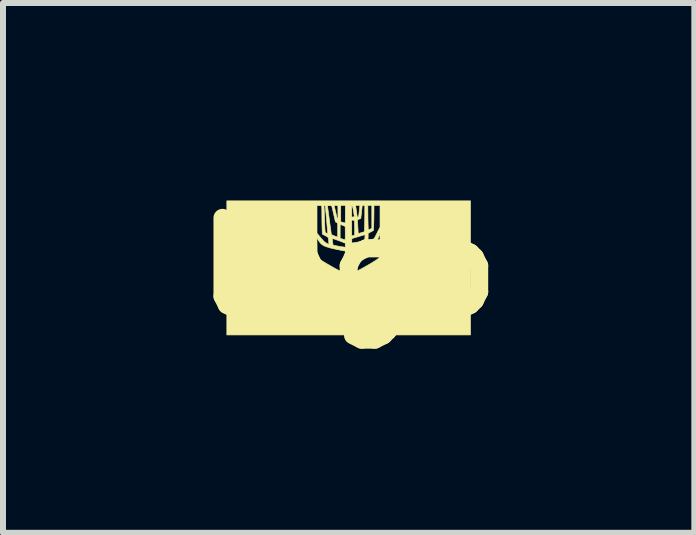
<source format=kicad_pcb>
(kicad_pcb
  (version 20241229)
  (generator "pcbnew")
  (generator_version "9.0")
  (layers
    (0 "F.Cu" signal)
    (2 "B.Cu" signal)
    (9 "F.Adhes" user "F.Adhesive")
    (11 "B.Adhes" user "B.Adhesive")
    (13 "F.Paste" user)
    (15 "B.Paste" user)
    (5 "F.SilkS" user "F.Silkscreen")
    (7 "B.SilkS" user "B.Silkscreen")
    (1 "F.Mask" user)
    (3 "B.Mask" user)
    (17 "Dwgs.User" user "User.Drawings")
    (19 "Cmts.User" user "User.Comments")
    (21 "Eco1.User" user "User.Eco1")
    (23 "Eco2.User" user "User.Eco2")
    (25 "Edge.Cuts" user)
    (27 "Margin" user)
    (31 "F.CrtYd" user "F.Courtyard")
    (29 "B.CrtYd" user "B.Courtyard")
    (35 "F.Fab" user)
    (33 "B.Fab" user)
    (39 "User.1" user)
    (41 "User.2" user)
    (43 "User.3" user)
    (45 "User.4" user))
  (footprint "logo"
    (layer "F.Cu")
    (at 2.765 1.418)
    (property "Reference" "logo" (at 0 0 0) (layer "F.SilkS") (effects (font (size 1.524 1.524) (thickness 0.3))))
    (attr through_hole)
    (fp_poly (pts (xy 2.032 1.118) (xy -2.032 1.118) (xy -2.032 -0.5) (xy -0.529 -0.5) (xy -0.527 -0.351) (xy -0.527 -0.308) (xy -0.526 -0.274) (xy -0.526 -0.247) (xy -0.525 -0.227) (xy -0.524 -0.213) (xy -0.522 -0.202) (xy -0.52 -0.194) (xy -0.518 -0.187) (xy -0.514 -0.18) (xy -0.513 -0.178) (xy -0.498 -0.158) (xy -0.476 -0.139) (xy -0.467 -0.133) (xy -0.442 -0.117) (xy -0.409 -0.097) (xy -0.372 -0.074) (xy -0.331 -0.051) (xy -0.29 -0.027) (xy -0.25 -0.004) (xy -0.212 0.016) (xy -0.18 0.033) (xy -0.17 0.038) (xy -0.144 0.052) (xy -0.12 0.064) (xy -0.1 0.075) (xy -0.085 0.083) (xy -0.081 0.085) (xy -0.069 0.092) (xy -0.061 0.096) (xy -0.06 0.097) (xy -0.059 0.092) (xy -0.058 0.078) (xy -0.057 0.056) (xy -0.057 0.027) (xy -0.056 -0.007) (xy -0.056 -0.046) (xy -0.056 -0.088) (xy -0.056 -0.091) (xy -0.056 -0.134) (xy 0.051 -0.134) (xy 0.051 -0.087) (xy 0.051 -0.043) (xy 0.051 -0.003) (xy 0.052 0.031) (xy 0.053 0.059) (xy 0.053 0.08) (xy 0.054 0.092) (xy 0.055 0.096) (xy 0.06 0.093) (xy 0.073 0.086) (xy 0.092 0.077) (xy 0.116 0.065) (xy 0.137 0.054) (xy 0.176 0.034) (xy 0.217 0.012) (xy 0.259 -0.011) (xy 0.3 -0.035) (xy 0.341 -0.058) (xy 0.38 -0.081) (xy 0.415 -0.103) (xy 0.445 -0.122) (xy 0.47 -0.138) (xy 0.487 -0.151) (xy 0.497 -0.159) (xy 0.503 -0.166) (xy 0.509 -0.174) (xy 0.513 -0.184) (xy 0.516 -0.196) (xy 0.519 -0.212) (xy 0.521 -0.232) (xy 0.522 -0.258) (xy 0.523 -0.29) (xy 0.523 -0.331) (xy 0.523 -0.38) (xy 0.523 -0.398) (xy 0.522 -0.582) (xy 0.508 -0.537) (xy 0.496 -0.504) (xy 0.484 -0.48) (xy 0.471 -0.462) (xy 0.456 -0.45) (xy 0.452 -0.448) (xy 0.441 -0.443) (xy 0.422 -0.437) (xy 0.398 -0.431) (xy 0.37 -0.424) (xy 0.361 -0.422) (xy 0.34 -0.418) (xy 0.313 -0.413) (xy 0.282 -0.407) (xy 0.249 -0.4) (xy 0.213 -0.394) (xy 0.178 -0.387) (xy 0.145 -0.381) (xy 0.114 -0.376) (xy 0.089 -0.371) (xy 0.069 -0.368) (xy 0.057 -0.366) (xy 0.055 -0.366) (xy 0.054 -0.361) (xy 0.053 -0.347) (xy 0.052 -0.325) (xy 0.052 -0.295) (xy 0.051 -0.26) (xy 0.051 -0.219) (xy 0.051 -0.174) (xy 0.051 -0.134) (xy -0.056 -0.134) (xy -0.056 -0.279) (xy -0.067 -0.282) (xy -0.076 -0.283) (xy -0.092 -0.287) (xy -0.115 -0.291) (xy -0.143 -0.297) (xy -0.175 -0.303) (xy -0.182 -0.305) (xy -0.244 -0.318) (xy -0.297 -0.33) (xy -0.341 -0.343) (xy -0.378 -0.355) (xy -0.408 -0.367) (xy -0.433 -0.381) (xy -0.452 -0.395) (xy -0.463 -0.405) (xy -0.475 -0.418) (xy -0.489 -0.437) (xy -0.503 -0.458) (xy -0.505 -0.462) (xy -0.529 -0.5) (xy -2.032 -0.5) (xy -2.032 -1.041) (xy -0.528 -1.041) (xy -0.528 -0.579) (xy -0.477 -0.517) (xy -0.458 -0.494) (xy -0.44 -0.474) (xy -0.425 -0.456) (xy -0.413 -0.444) (xy -0.41 -0.44) (xy -0.4 -0.433) (xy -0.386 -0.423) (xy -0.37 -0.413) (xy -0.354 -0.403) (xy -0.34 -0.395) (xy -0.332 -0.391) (xy -0.331 -0.391) (xy -0.331 -0.396) (xy -0.331 -0.409) (xy -0.332 -0.427) (xy -0.333 -0.441) (xy -0.334 -0.463) (xy -0.336 -0.483) (xy -0.336 -0.486) (xy -0.273 -0.486) (xy -0.272 -0.473) (xy -0.27 -0.455) (xy -0.268 -0.434) (xy -0.265 -0.414) (xy -0.263 -0.397) (xy -0.261 -0.385) (xy -0.259 -0.382) (xy -0.254 -0.38) (xy -0.24 -0.376) (xy -0.221 -0.372) (xy -0.196 -0.367) (xy -0.169 -0.362) (xy -0.142 -0.358) (xy -0.116 -0.353) (xy -0.093 -0.35) (xy -0.075 -0.347) (xy -0.065 -0.346) (xy -0.06 -0.347) (xy -0.057 -0.351) (xy -0.056 -0.362) (xy -0.057 -0.38) (xy -0.058 -0.414) (xy -0.111 -0.434) (xy 0.051 -0.434) (xy 0.052 -0.423) (xy 0.055 -0.418) (xy 0.059 -0.417) (xy 0.06 -0.417) (xy 0.067 -0.417) (xy 0.083 -0.42) (xy 0.106 -0.423) (xy 0.134 -0.428) (xy 0.164 -0.433) (xy 0.167 -0.434) (xy 0.197 -0.439) (xy 0.224 -0.444) (xy 0.245 -0.448) (xy 0.26 -0.451) (xy 0.266 -0.453) (xy 0.266 -0.453) (xy 0.268 -0.459) (xy 0.269 -0.467) (xy 0.32 -0.467) (xy 0.321 -0.462) (xy 0.321 -0.462) (xy 0.326 -0.463) (xy 0.34 -0.466) (xy 0.358 -0.47) (xy 0.371 -0.473) (xy 0.392 -0.477) (xy 0.409 -0.482) (xy 0.42 -0.485) (xy 0.423 -0.486) (xy 0.426 -0.491) (xy 0.433 -0.504) (xy 0.444 -0.523) (xy 0.456 -0.547) (xy 0.47 -0.575) (xy 0.475 -0.585) (xy 0.523 -0.681) (xy 0.523 -1.041) (xy 0.422 -1.041) (xy 0.422 -0.925) (xy 0.421 -0.884) (xy 0.421 -0.84) (xy 0.42 -0.795) (xy 0.419 -0.753) (xy 0.418 -0.718) (xy 0.418 -0.717) (xy 0.415 -0.625) (xy 0.37 -0.601) (xy 0.325 -0.577) (xy 0.325 -0.535) (xy 0.325 -0.514) (xy 0.324 -0.494) (xy 0.322 -0.48) (xy 0.322 -0.478) (xy 0.32 -0.467) (xy 0.269 -0.467) (xy 0.269 -0.472) (xy 0.27 -0.49) (xy 0.271 -0.509) (xy 0.272 -0.528) (xy 0.272 -0.543) (xy 0.271 -0.552) (xy 0.271 -0.554) (xy 0.265 -0.552) (xy 0.251 -0.548) (xy 0.23 -0.542) (xy 0.204 -0.534) (xy 0.174 -0.525) (xy 0.16 -0.521) (xy 0.053 -0.489) (xy 0.052 -0.453) (xy 0.051 -0.434) (xy -0.111 -0.434) (xy -0.164 -0.454) (xy -0.195 -0.465) (xy -0.222 -0.475) (xy -0.245 -0.483) (xy -0.262 -0.489) (xy -0.271 -0.491) (xy -0.272 -0.492) (xy -0.273 -0.486) (xy -0.336 -0.486) (xy -0.337 -0.496) (xy -0.338 -0.5) (xy -0.344 -0.508) (xy -0.358 -0.519) (xy -0.382 -0.533) (xy -0.39 -0.537) (xy -0.44 -0.564) (xy -0.444 -0.679) (xy -0.445 -0.722) (xy -0.446 -0.771) (xy -0.446 -0.821) (xy -0.447 -0.869) (xy -0.447 -0.906) (xy -0.447 -0.94) (xy -0.448 -0.97) (xy -0.448 -0.996) (xy -0.449 -1.016) (xy -0.45 -1.028) (xy -0.45 -1.03) (xy -0.411 -1.03) (xy -0.41 -1.015) (xy -0.409 -0.999) (xy -0.409 -0.984) (xy -0.407 -0.96) (xy -0.406 -0.929) (xy -0.405 -0.893) (xy -0.403 -0.853) (xy -0.402 -0.811) (xy -0.401 -0.795) (xy -0.4 -0.744) (xy -0.398 -0.702) (xy -0.397 -0.669) (xy -0.395 -0.643) (xy -0.394 -0.623) (xy -0.392 -0.608) (xy -0.39 -0.598) (xy -0.387 -0.591) (xy -0.384 -0.587) (xy -0.38 -0.584) (xy -0.375 -0.582) (xy -0.374 -0.581) (xy -0.36 -0.576) (xy -0.353 -0.575) (xy -0.351 -0.58) (xy -0.351 -0.585) (xy -0.351 -0.593) (xy -0.352 -0.61) (xy -0.354 -0.634) (xy -0.357 -0.664) (xy -0.36 -0.699) (xy -0.363 -0.738) (xy -0.367 -0.778) (xy -0.37 -0.82) (xy -0.374 -0.86) (xy -0.377 -0.899) (xy -0.381 -0.935) (xy -0.384 -0.967) (xy -0.386 -0.992) (xy -0.388 -1.01) (xy -0.389 -1.02) (xy -0.392 -1.034) (xy -0.395 -1.039) (xy -0.354 -1.039) (xy -0.322 -0.805) (xy -0.316 -0.757) (xy -0.31 -0.712) (xy -0.304 -0.671) (xy -0.299 -0.635) (xy -0.295 -0.605) (xy -0.292 -0.582) (xy -0.29 -0.567) (xy -0.289 -0.562) (xy -0.285 -0.556) (xy -0.274 -0.549) (xy -0.255 -0.54) (xy -0.236 -0.533) (xy -0.215 -0.525) (xy -0.198 -0.519) (xy -0.187 -0.515) (xy -0.184 -0.513) (xy -0.184 -0.518) (xy -0.183 -0.532) (xy -0.183 -0.552) (xy -0.183 -0.579) (xy -0.183 -0.61) (xy -0.142 -0.61) (xy -0.142 -0.493) (xy -0.103 -0.481) (xy -0.084 -0.475) (xy -0.069 -0.47) (xy -0.061 -0.468) (xy -0.06 -0.468) (xy -0.059 -0.473) (xy -0.058 -0.486) (xy -0.057 -0.507) (xy -0.057 -0.533) (xy -0.057 -0.534) (xy 0.051 -0.534) (xy 0.072 -0.539) (xy 0.086 -0.543) (xy 0.096 -0.546) (xy 0.098 -0.547) (xy 0.099 -0.553) (xy 0.1 -0.566) (xy 0.1 -0.587) (xy 0.1 -0.613) (xy 0.1 -0.641) (xy 0.1 -0.672) (xy 0.099 -0.702) (xy 0.098 -0.731) (xy 0.097 -0.755) (xy 0.097 -0.775) (xy 0.096 -0.787) (xy 0.095 -0.791) (xy 0.09 -0.792) (xy 0.078 -0.795) (xy 0.072 -0.795) (xy 0.051 -0.799) (xy 0.051 -0.534) (xy -0.057 -0.534) (xy -0.057 -0.564) (xy -0.057 -0.58) (xy -0.058 -0.692) (xy -0.098 -0.709) (xy -0.117 -0.717) (xy -0.131 -0.723) (xy -0.139 -0.726) (xy -0.14 -0.726) (xy -0.141 -0.722) (xy -0.141 -0.708) (xy -0.142 -0.687) (xy -0.142 -0.66) (xy -0.142 -0.629) (xy -0.142 -0.61) (xy -0.183 -0.61) (xy -0.183 -0.61) (xy -0.183 -0.63) (xy -0.183 -0.746) (xy -0.221 -0.768) (xy -0.251 -0.899) (xy -0.259 -0.935) (xy -0.267 -0.967) (xy -0.273 -0.994) (xy -0.279 -1.016) (xy -0.283 -1.031) (xy -0.285 -1.036) (xy -0.291 -1.039) (xy -0.306 -1.041) (xy -0.321 -1.04) (xy -0.354 -1.039) (xy -0.395 -1.039) (xy -0.396 -1.04) (xy -0.402 -1.041) (xy -0.407 -1.041) (xy -0.41 -1.038) (xy -0.411 -1.03) (xy -0.45 -1.03) (xy -0.45 -1.03) (xy -0.453 -1.036) (xy -0.457 -1.039) (xy -0.467 -1.041) (xy -0.484 -1.041) (xy -0.491 -1.041) (xy -0.528 -1.041) (xy -2.032 -1.041) (xy -2.032 -1.042) (xy -0.243 -1.042) (xy -0.226 -0.972) (xy -0.219 -0.941) (xy -0.211 -0.908) (xy -0.204 -0.877) (xy -0.198 -0.853) (xy -0.198 -0.852) (xy -0.193 -0.831) (xy -0.188 -0.815) (xy -0.184 -0.805) (xy -0.182 -0.803) (xy -0.181 -0.808) (xy -0.18 -0.821) (xy -0.179 -0.843) (xy -0.179 -0.87) (xy -0.179 -0.903) (xy -0.179 -0.921) (xy -0.18 -1.039) (xy -0.211 -1.04) (xy -0.233 -1.041) (xy -0.132 -1.041) (xy -0.132 -0.768) (xy -0.105 -0.761) (xy -0.088 -0.756) (xy -0.073 -0.753) (xy -0.067 -0.752) (xy -0.056 -0.752) (xy -0.056 -0.801) (xy 0.146 -0.801) (xy 0.149 -0.755) (xy 0.151 -0.731) (xy 0.152 -0.701) (xy 0.154 -0.669) (xy 0.156 -0.641) (xy 0.157 -0.61) (xy 0.16 -0.588) (xy 0.162 -0.576) (xy 0.164 -0.574) (xy 0.172 -0.576) (xy 0.186 -0.58) (xy 0.205 -0.586) (xy 0.216 -0.589) (xy 0.263 -0.605) (xy 0.266 -0.715) (xy 0.267 -0.757) (xy 0.268 -0.805) (xy 0.269 -0.855) (xy 0.269 -0.901) (xy 0.269 -0.934) (xy 0.269 -1.041) (xy 0.32 -1.041) (xy 0.32 -0.958) (xy 0.32 -0.928) (xy 0.321 -0.89) (xy 0.321 -0.848) (xy 0.322 -0.805) (xy 0.323 -0.763) (xy 0.323 -0.753) (xy 0.327 -0.631) (xy 0.386 -0.661) (xy 0.386 -1.041) (xy 0.32 -1.041) (xy 0.269 -1.041) (xy 0.269 -1.042) (xy 0.248 -1.04) (xy 0.226 -1.039) (xy 0.218 -0.964) (xy 0.215 -0.935) (xy 0.211 -0.905) (xy 0.209 -0.88) (xy 0.206 -0.861) (xy 0.206 -0.857) (xy 0.203 -0.825) (xy 0.174 -0.813) (xy 0.146 -0.801) (xy -0.056 -0.801) (xy -0.056 -0.944) (xy 0.051 -0.944) (xy 0.051 -0.847) (xy 0.072 -0.85) (xy 0.086 -0.853) (xy 0.094 -0.855) (xy 0.094 -0.855) (xy 0.094 -0.86) (xy 0.092 -0.874) (xy 0.089 -0.894) (xy 0.085 -0.92) (xy 0.08 -0.949) (xy 0.074 -0.985) (xy 0.068 -1.011) (xy 0.064 -1.029) (xy 0.06 -1.039) (xy 0.059 -1.04) (xy 0.117 -1.04) (xy 0.118 -1.035) (xy 0.119 -1.021) (xy 0.122 -1.001) (xy 0.126 -0.975) (xy 0.129 -0.945) (xy 0.13 -0.945) (xy 0.134 -0.915) (xy 0.137 -0.889) (xy 0.14 -0.869) (xy 0.142 -0.855) (xy 0.142 -0.85) (xy 0.142 -0.85) (xy 0.147 -0.849) (xy 0.154 -0.848) (xy 0.158 -0.849) (xy 0.162 -0.851) (xy 0.164 -0.856) (xy 0.167 -0.865) (xy 0.169 -0.881) (xy 0.172 -0.903) (xy 0.175 -0.933) (xy 0.178 -0.963) (xy 0.181 -0.989) (xy 0.183 -1.01) (xy 0.185 -1.025) (xy 0.186 -1.03) (xy 0.186 -1.036) (xy 0.184 -1.039) (xy 0.176 -1.041) (xy 0.161 -1.041) (xy 0.152 -1.041) (xy 0.135 -1.041) (xy 0.122 -1.041) (xy 0.117 -1.04) (xy 0.117 -1.04) (xy 0.059 -1.04) (xy 0.058 -1.041) (xy 0.055 -1.04) (xy 0.053 -1.033) (xy 0.052 -1.021) (xy 0.051 -1.002) (xy 0.051 -0.976) (xy 0.051 -0.944) (xy -0.056 -0.944) (xy -0.056 -1.041) (xy -0.132 -1.041) (xy -0.233 -1.041) (xy -0.243 -1.042) (xy -2.032 -1.042) (xy -2.032 -1.118) (xy 2.032 -1.118) (xy 2.032 1.118)) (stroke (width 0.01) (type solid)) (fill yes) (layer "F.SilkS")))
  (gr_rect
    (start -3 -3)
    (end 8.53 5.836)
    (stroke (width 0.1) (type default))
    (fill no)
    (layer "Edge.Cuts")))
</source>
